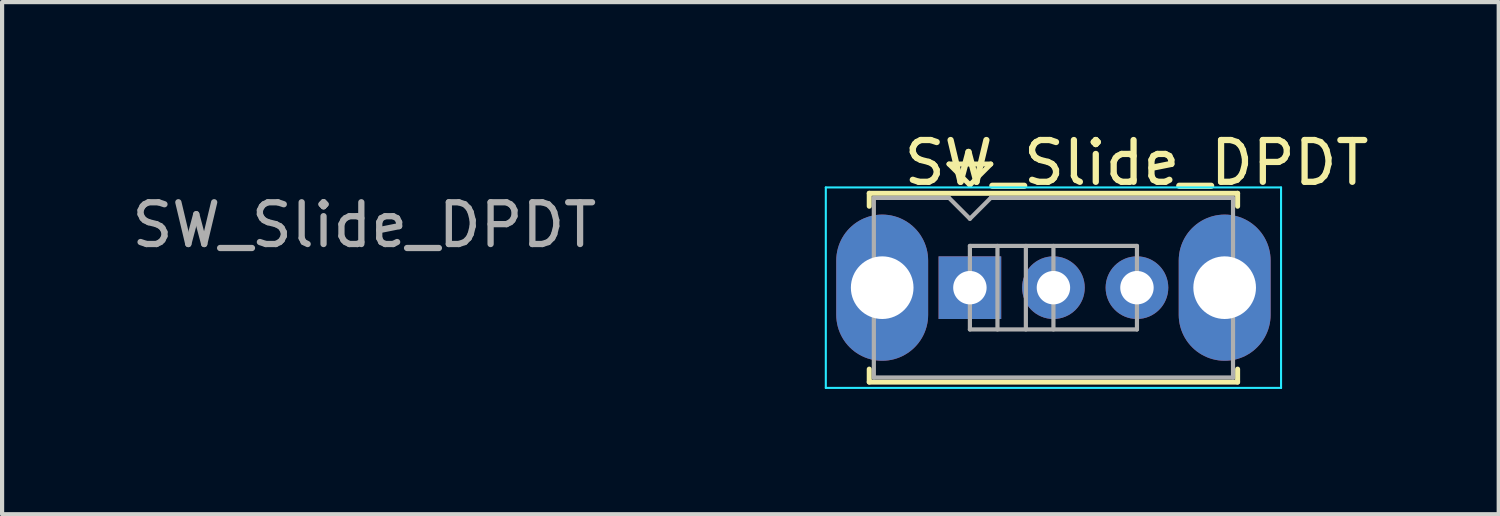
<source format=kicad_pcb>
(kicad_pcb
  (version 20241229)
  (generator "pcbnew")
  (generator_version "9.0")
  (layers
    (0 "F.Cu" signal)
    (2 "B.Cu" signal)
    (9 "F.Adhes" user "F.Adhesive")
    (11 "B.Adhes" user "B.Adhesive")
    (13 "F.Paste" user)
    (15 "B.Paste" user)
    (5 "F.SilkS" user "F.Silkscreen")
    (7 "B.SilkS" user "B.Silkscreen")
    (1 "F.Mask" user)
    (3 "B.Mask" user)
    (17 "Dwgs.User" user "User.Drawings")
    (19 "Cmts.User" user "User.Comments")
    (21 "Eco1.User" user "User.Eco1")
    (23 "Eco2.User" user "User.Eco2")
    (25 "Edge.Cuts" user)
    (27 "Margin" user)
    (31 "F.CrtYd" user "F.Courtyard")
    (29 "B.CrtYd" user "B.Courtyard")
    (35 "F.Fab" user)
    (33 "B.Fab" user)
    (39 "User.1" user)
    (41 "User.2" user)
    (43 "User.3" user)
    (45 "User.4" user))
  (footprint "SW_Slide_DPDT"
    (layer "F.Cu")
    (at 20.173 3.838)
    (property "Reference" "SW_Slide_DPDT" (at 3.99 -2.99 0) (layer "F.SilkS") (effects (font (size 1 1) (thickness 0.15))))
    (attr through_hole)
    (fp_line (start -2.41 -2.26) (end 6.41 -2.26) (stroke (width 0.12) (type solid)) (layer "F.SilkS"))
    (fp_line (start -2.41 -1.95) (end -2.41 -2.26) (stroke (width 0.12) (type solid)) (layer "F.SilkS"))
    (fp_line (start -2.41 2.26) (end -2.41 1.95) (stroke (width 0.12) (type solid)) (layer "F.SilkS"))
    (fp_line (start -0.5 -2.96) (end 0 -2.46) (stroke (width 0.12) (type solid)) (layer "F.SilkS"))
    (fp_line (start 0 -2.46) (end 0.5 -2.96) (stroke (width 0.12) (type solid)) (layer "F.SilkS"))
    (fp_line (start 0.5 -2.96) (end -0.5 -2.96) (stroke (width 0.12) (type solid)) (layer "F.SilkS"))
    (fp_line (start 6.41 -2.26) (end 6.41 -1.95) (stroke (width 0.12) (type solid)) (layer "F.SilkS"))
    (fp_line (start 6.41 2.26) (end -2.41 2.26) (stroke (width 0.12) (type solid)) (layer "F.SilkS"))
    (fp_line (start 6.41 2.26) (end 6.41 1.95) (stroke (width 0.12) (type solid)) (layer "F.SilkS"))
    (fp_line (start -3.45 -2.4) (end 7.45 -2.4) (stroke (width 0.05) (type solid)) (layer "B.CrtYd"))
    (fp_line (start -3.45 2.4) (end -3.45 -2.4) (stroke (width 0.05) (type solid)) (layer "B.CrtYd"))
    (fp_line (start 7.45 -2.4) (end 7.45 2.4) (stroke (width 0.05) (type solid)) (layer "B.CrtYd"))
    (fp_line (start 7.45 2.4) (end -3.45 2.4) (stroke (width 0.05) (type solid)) (layer "B.CrtYd"))
    (fp_line (start -2.3 -2.15) (end -0.5 -2.15) (stroke (width 0.1) (type solid)) (layer "F.Fab"))
    (fp_line (start -2.3 2.15) (end -2.3 -2.15) (stroke (width 0.1) (type solid)) (layer "F.Fab"))
    (fp_line (start -0.5 -2.15) (end 0 -1.65) (stroke (width 0.1) (type solid)) (layer "F.Fab"))
    (fp_line (start 0 -1.65) (end 0.5 -2.15) (stroke (width 0.1) (type solid)) (layer "F.Fab"))
    (fp_line (start 0 -1) (end 0 1) (stroke (width 0.1) (type solid)) (layer "F.Fab"))
    (fp_line (start 0 -1) (end 4 -1) (stroke (width 0.1) (type solid)) (layer "F.Fab"))
    (fp_line (start 0 1) (end 4 1) (stroke (width 0.1) (type solid)) (layer "F.Fab"))
    (fp_line (start 0.5 -2.15) (end 6.3 -2.15) (stroke (width 0.1) (type solid)) (layer "F.Fab"))
    (fp_line (start 0.66 -1) (end 0.66 1) (stroke (width 0.1) (type solid)) (layer "F.Fab"))
    (fp_line (start 1.34 -1) (end 1.34 1) (stroke (width 0.1) (type solid)) (layer "F.Fab"))
    (fp_line (start 2 -1) (end 2 1) (stroke (width 0.1) (type solid)) (layer "F.Fab"))
    (fp_line (start 4 -1) (end 4 1) (stroke (width 0.1) (type solid)) (layer "F.Fab"))
    (fp_line (start 6.3 -2.15) (end 6.3 2.15) (stroke (width 0.1) (type solid)) (layer "F.Fab"))
    (fp_line (start 6.3 2.15) (end -2.3 2.15) (stroke (width 0.1) (type solid)) (layer "F.Fab"))
    (fp_text user "${REFERENCE}" (at -14.5 -1.5 0) (layer "F.Fab") (effects (font (size 1 1) (thickness 0.15))))
    (pad "" thru_hole oval (at -2.1 0) (size 2.2 3.5) (drill 1.5) (layers "*.Cu" "*.Mask"))
    (pad "" thru_hole oval (at 6.1 0) (size 2.2 3.5) (drill 1.5) (layers "*.Cu" "*.Mask"))
    (pad "1" thru_hole rect (at 0 0) (size 1.5 1.5) (drill 0.8) (layers "*.Cu" "*.Mask"))
    (pad "2" thru_hole circle (at 2 0) (size 1.5 1.5) (drill 0.8) (layers "*.Cu" "*.Mask"))
    (pad "3" thru_hole circle (at 4 0) (size 1.5 1.5) (drill 0.8) (layers "*.Cu" "*.Mask")))
  (gr_rect
    (start -3 -3)
    (end 32.835 9.263)
    (stroke (width 0.1) (type default))
    (fill no)
    (layer "Edge.Cuts")))
</source>
